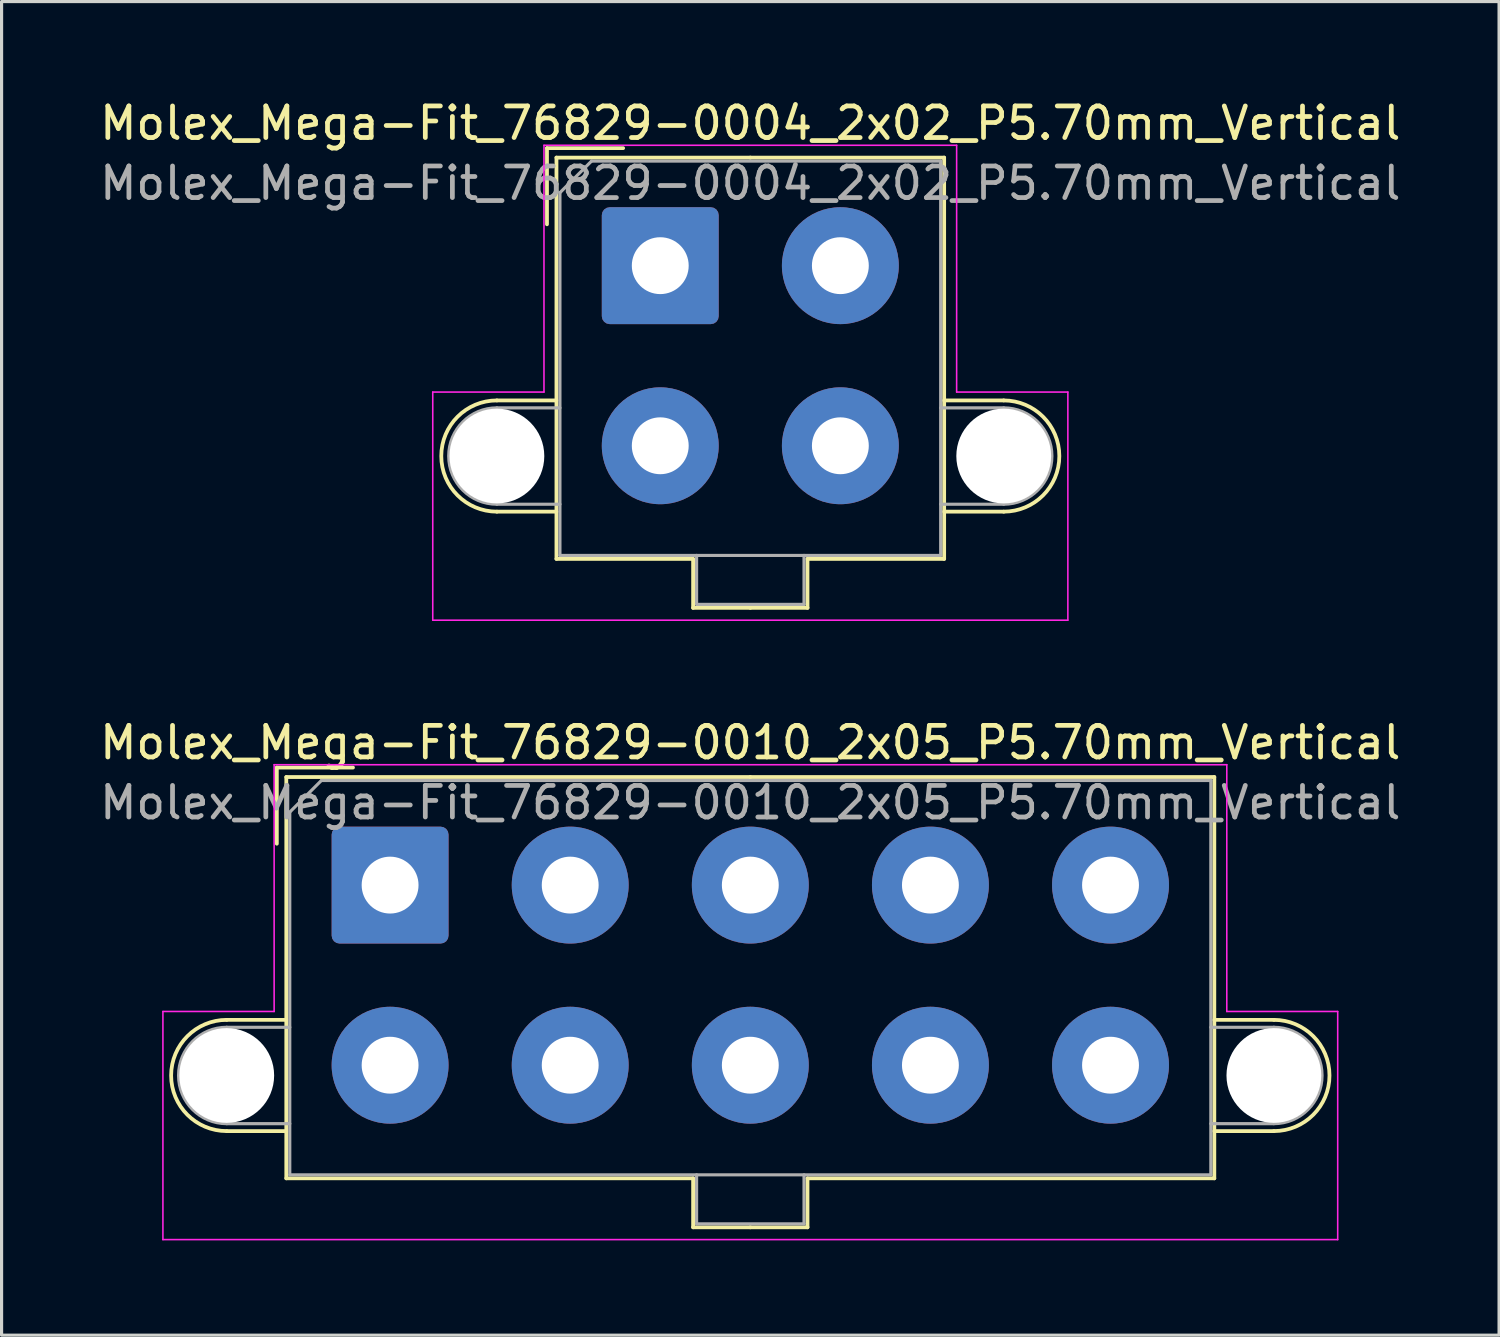
<source format=kicad_pcb>
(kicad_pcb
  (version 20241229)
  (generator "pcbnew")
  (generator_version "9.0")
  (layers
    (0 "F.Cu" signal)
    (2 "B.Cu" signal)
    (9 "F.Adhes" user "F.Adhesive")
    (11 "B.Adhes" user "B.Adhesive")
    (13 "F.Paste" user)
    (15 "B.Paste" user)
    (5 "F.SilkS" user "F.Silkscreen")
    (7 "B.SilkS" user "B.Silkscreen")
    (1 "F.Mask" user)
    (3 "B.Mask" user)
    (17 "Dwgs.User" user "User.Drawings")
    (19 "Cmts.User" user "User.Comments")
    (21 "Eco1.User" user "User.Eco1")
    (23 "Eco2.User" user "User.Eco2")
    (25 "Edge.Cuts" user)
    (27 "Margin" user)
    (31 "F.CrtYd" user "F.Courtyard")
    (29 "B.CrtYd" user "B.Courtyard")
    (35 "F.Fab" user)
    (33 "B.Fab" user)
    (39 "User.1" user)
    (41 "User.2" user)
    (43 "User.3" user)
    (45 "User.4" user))
  (footprint "Molex_Mega-Fit_76829-0010_2x05_P5.70mm_Vertical"
    (layer "F.Cu")
    (at 9.296 24.962)
    (property "Reference" "Molex_Mega-Fit_76829-0010_2x05_P5.70mm_Vertical" (at 11.4 -4.51 0) (layer "F.SilkS") (effects (font (size 1 1) (thickness 0.15))))
    (attr through_hole)
    (fp_line (start -5.17 4.265) (end -3.285 4.265) (stroke (width 0.12) (type solid)) (layer "F.SilkS"))
    (fp_line (start -5.17 7.785) (end -3.285 7.785) (stroke (width 0.12) (type solid)) (layer "F.SilkS"))
    (fp_line (start -3.585 -3.72) (end -1.175 -3.72) (stroke (width 0.12) (type solid)) (layer "F.SilkS"))
    (fp_line (start -3.585 -1.31) (end -3.585 -3.72) (stroke (width 0.12) (type solid)) (layer "F.SilkS"))
    (fp_line (start -3.285 -3.42) (end -3.285 9.28) (stroke (width 0.12) (type solid)) (layer "F.SilkS"))
    (fp_line (start -3.285 9.28) (end 9.59 9.28) (stroke (width 0.12) (type solid)) (layer "F.SilkS"))
    (fp_line (start 9.59 9.28) (end 9.59 10.83) (stroke (width 0.12) (type solid)) (layer "F.SilkS"))
    (fp_line (start 9.59 10.83) (end 11.4 10.83) (stroke (width 0.12) (type solid)) (layer "F.SilkS"))
    (fp_line (start 11.4 -3.42) (end -3.285 -3.42) (stroke (width 0.12) (type solid)) (layer "F.SilkS"))
    (fp_line (start 11.4 -3.42) (end 26.085 -3.42) (stroke (width 0.12) (type solid)) (layer "F.SilkS"))
    (fp_line (start 13.21 9.28) (end 13.21 10.83) (stroke (width 0.12) (type solid)) (layer "F.SilkS"))
    (fp_line (start 13.21 10.83) (end 11.4 10.83) (stroke (width 0.12) (type solid)) (layer "F.SilkS"))
    (fp_line (start 26.085 -3.42) (end 26.085 9.28) (stroke (width 0.12) (type solid)) (layer "F.SilkS"))
    (fp_line (start 26.085 9.28) (end 13.21 9.28) (stroke (width 0.12) (type solid)) (layer "F.SilkS"))
    (fp_line (start 27.97 4.265) (end 26.085 4.265) (stroke (width 0.12) (type solid)) (layer "F.SilkS"))
    (fp_line (start 27.97 7.785) (end 26.085 7.785) (stroke (width 0.12) (type solid)) (layer "F.SilkS"))
    (fp_arc (start -5.17 7.785) (mid -6.93 6.025) (end -5.17 4.265) (stroke (width 0.12) (type solid)) (layer "F.SilkS"))
    (fp_arc (start 27.97 4.265) (mid 29.73 6.025) (end 27.97 7.785) (stroke (width 0.12) (type solid)) (layer "F.SilkS"))
    (fp_line (start -7.19 4) (end -7.19 11.22) (stroke (width 0.05) (type solid)) (layer "F.CrtYd"))
    (fp_line (start -7.19 11.22) (end 29.99 11.22) (stroke (width 0.05) (type solid)) (layer "F.CrtYd"))
    (fp_line (start -3.67 -3.81) (end -3.67 4) (stroke (width 0.05) (type solid)) (layer "F.CrtYd"))
    (fp_line (start -3.67 4) (end -7.19 4) (stroke (width 0.05) (type solid)) (layer "F.CrtYd"))
    (fp_line (start 26.48 -3.81) (end -3.67 -3.81) (stroke (width 0.05) (type solid)) (layer "F.CrtYd"))
    (fp_line (start 26.48 4) (end 26.48 -3.81) (stroke (width 0.05) (type solid)) (layer "F.CrtYd"))
    (fp_line (start 29.99 4) (end 26.48 4) (stroke (width 0.05) (type solid)) (layer "F.CrtYd"))
    (fp_line (start 29.99 11.22) (end 29.99 4) (stroke (width 0.05) (type solid)) (layer "F.CrtYd"))
    (fp_line (start -5.17 4.5) (end -3.175 4.5) (stroke (width 0.1) (type solid)) (layer "F.Fab"))
    (fp_line (start -5.17 7.55) (end -3.175 7.55) (stroke (width 0.1) (type solid)) (layer "F.Fab"))
    (fp_line (start -3.175 -2.31) (end -3.175 9.17) (stroke (width 0.1) (type solid)) (layer "F.Fab"))
    (fp_line (start -3.175 9.17) (end 25.975 9.17) (stroke (width 0.1) (type solid)) (layer "F.Fab"))
    (fp_line (start -2.175 -3.31) (end -3.175 -2.31) (stroke (width 0.1) (type solid)) (layer "F.Fab"))
    (fp_line (start 9.7 9.17) (end 9.7 10.72) (stroke (width 0.1) (type solid)) (layer "F.Fab"))
    (fp_line (start 9.7 10.72) (end 13.1 10.72) (stroke (width 0.1) (type solid)) (layer "F.Fab"))
    (fp_line (start 13.1 10.72) (end 13.1 9.17) (stroke (width 0.1) (type solid)) (layer "F.Fab"))
    (fp_line (start 25.975 -3.31) (end -2.175 -3.31) (stroke (width 0.1) (type solid)) (layer "F.Fab"))
    (fp_line (start 25.975 9.17) (end 25.975 -3.31) (stroke (width 0.1) (type solid)) (layer "F.Fab"))
    (fp_line (start 27.97 4.5) (end 25.975 4.5) (stroke (width 0.1) (type solid)) (layer "F.Fab"))
    (fp_line (start 27.97 7.55) (end 25.975 7.55) (stroke (width 0.1) (type solid)) (layer "F.Fab"))
    (fp_arc (start -5.17 7.55) (mid -6.695 6.025) (end -5.17 4.5) (stroke (width 0.1) (type solid)) (layer "F.Fab"))
    (fp_arc (start 27.97 4.5) (mid 29.495 6.025) (end 27.97 7.55) (stroke (width 0.1) (type solid)) (layer "F.Fab"))
    (fp_text user "${REFERENCE}" (at 11.4 -2.61 0) (layer "F.Fab") (effects (font (size 1 1) (thickness 0.15))))
    (pad "" np_thru_hole circle (at -5.17 6.025) (size 3 3) (drill 3) (layers "*.Cu" "*.Mask"))
    (pad "" np_thru_hole circle (at 27.97 6.025) (size 3 3) (drill 3) (layers "*.Cu" "*.Mask"))
    (pad "1" thru_hole roundrect (at 0 0) (size 3.7 3.7) (drill 1.8) (layers "*.Cu" "*.Mask") (roundrect_rratio 0.068))
    (pad "2" thru_hole circle (at 5.7 0) (size 3.7 3.7) (drill 1.8) (layers "*.Cu" "*.Mask"))
    (pad "3" thru_hole circle (at 11.4 0) (size 3.7 3.7) (drill 1.8) (layers "*.Cu" "*.Mask"))
    (pad "4" thru_hole circle (at 17.1 0) (size 3.7 3.7) (drill 1.8) (layers "*.Cu" "*.Mask"))
    (pad "5" thru_hole circle (at 22.8 0) (size 3.7 3.7) (drill 1.8) (layers "*.Cu" "*.Mask"))
    (pad "6" thru_hole circle (at 0 5.7) (size 3.7 3.7) (drill 1.8) (layers "*.Cu" "*.Mask"))
    (pad "7" thru_hole circle (at 5.7 5.7) (size 3.7 3.7) (drill 1.8) (layers "*.Cu" "*.Mask"))
    (pad "8" thru_hole circle (at 11.4 5.7) (size 3.7 3.7) (drill 1.8) (layers "*.Cu" "*.Mask"))
    (pad "9" thru_hole circle (at 17.1 5.7) (size 3.7 3.7) (drill 1.8) (layers "*.Cu" "*.Mask"))
    (pad "10" thru_hole circle (at 22.8 5.7) (size 3.7 3.7) (drill 1.8) (layers "*.Cu" "*.Mask")))
  (footprint "Molex_Mega-Fit_76829-0004_2x02_P5.70mm_Vertical"
    (layer "F.Cu")
    (at 17.846 5.358)
    (property "Reference" "Molex_Mega-Fit_76829-0004_2x02_P5.70mm_Vertical" (at 2.85 -4.51 0) (layer "F.SilkS") (effects (font (size 1 1) (thickness 0.15))))
    (attr through_hole)
    (fp_line (start -5.17 4.265) (end -3.285 4.265) (stroke (width 0.12) (type solid)) (layer "F.SilkS"))
    (fp_line (start -5.17 7.785) (end -3.285 7.785) (stroke (width 0.12) (type solid)) (layer "F.SilkS"))
    (fp_line (start -3.585 -3.72) (end -1.175 -3.72) (stroke (width 0.12) (type solid)) (layer "F.SilkS"))
    (fp_line (start -3.585 -1.31) (end -3.585 -3.72) (stroke (width 0.12) (type solid)) (layer "F.SilkS"))
    (fp_line (start -3.285 -3.42) (end -3.285 9.28) (stroke (width 0.12) (type solid)) (layer "F.SilkS"))
    (fp_line (start -3.285 9.28) (end 1.04 9.28) (stroke (width 0.12) (type solid)) (layer "F.SilkS"))
    (fp_line (start 1.04 9.28) (end 1.04 10.83) (stroke (width 0.12) (type solid)) (layer "F.SilkS"))
    (fp_line (start 1.04 10.83) (end 2.85 10.83) (stroke (width 0.12) (type solid)) (layer "F.SilkS"))
    (fp_line (start 2.85 -3.42) (end -3.285 -3.42) (stroke (width 0.12) (type solid)) (layer "F.SilkS"))
    (fp_line (start 2.85 -3.42) (end 8.985 -3.42) (stroke (width 0.12) (type solid)) (layer "F.SilkS"))
    (fp_line (start 4.66 9.28) (end 4.66 10.83) (stroke (width 0.12) (type solid)) (layer "F.SilkS"))
    (fp_line (start 4.66 10.83) (end 2.85 10.83) (stroke (width 0.12) (type solid)) (layer "F.SilkS"))
    (fp_line (start 8.985 -3.42) (end 8.985 9.28) (stroke (width 0.12) (type solid)) (layer "F.SilkS"))
    (fp_line (start 8.985 9.28) (end 4.66 9.28) (stroke (width 0.12) (type solid)) (layer "F.SilkS"))
    (fp_line (start 10.87 4.265) (end 8.985 4.265) (stroke (width 0.12) (type solid)) (layer "F.SilkS"))
    (fp_line (start 10.87 7.785) (end 8.985 7.785) (stroke (width 0.12) (type solid)) (layer "F.SilkS"))
    (fp_arc (start -5.17 7.785) (mid -6.93 6.025) (end -5.17 4.265) (stroke (width 0.12) (type solid)) (layer "F.SilkS"))
    (fp_arc (start 10.87 4.265) (mid 12.63 6.025) (end 10.87 7.785) (stroke (width 0.12) (type solid)) (layer "F.SilkS"))
    (fp_line (start -7.2 4) (end -7.2 11.22) (stroke (width 0.05) (type solid)) (layer "F.CrtYd"))
    (fp_line (start -7.2 11.22) (end 12.9 11.22) (stroke (width 0.05) (type solid)) (layer "F.CrtYd"))
    (fp_line (start -3.68 -3.81) (end -3.68 4) (stroke (width 0.05) (type solid)) (layer "F.CrtYd"))
    (fp_line (start -3.68 4) (end -7.2 4) (stroke (width 0.05) (type solid)) (layer "F.CrtYd"))
    (fp_line (start 9.38 -3.81) (end -3.68 -3.81) (stroke (width 0.05) (type solid)) (layer "F.CrtYd"))
    (fp_line (start 9.38 4) (end 9.38 -3.81) (stroke (width 0.05) (type solid)) (layer "F.CrtYd"))
    (fp_line (start 12.9 4) (end 9.38 4) (stroke (width 0.05) (type solid)) (layer "F.CrtYd"))
    (fp_line (start 12.9 11.22) (end 12.9 4) (stroke (width 0.05) (type solid)) (layer "F.CrtYd"))
    (fp_line (start -5.17 4.5) (end -3.175 4.5) (stroke (width 0.1) (type solid)) (layer "F.Fab"))
    (fp_line (start -5.17 7.55) (end -3.175 7.55) (stroke (width 0.1) (type solid)) (layer "F.Fab"))
    (fp_line (start -3.175 -2.31) (end -3.175 9.17) (stroke (width 0.1) (type solid)) (layer "F.Fab"))
    (fp_line (start -3.175 9.17) (end 8.875 9.17) (stroke (width 0.1) (type solid)) (layer "F.Fab"))
    (fp_line (start -2.175 -3.31) (end -3.175 -2.31) (stroke (width 0.1) (type solid)) (layer "F.Fab"))
    (fp_line (start 1.15 9.17) (end 1.15 10.72) (stroke (width 0.1) (type solid)) (layer "F.Fab"))
    (fp_line (start 1.15 10.72) (end 4.55 10.72) (stroke (width 0.1) (type solid)) (layer "F.Fab"))
    (fp_line (start 4.55 10.72) (end 4.55 9.17) (stroke (width 0.1) (type solid)) (layer "F.Fab"))
    (fp_line (start 8.875 -3.31) (end -2.175 -3.31) (stroke (width 0.1) (type solid)) (layer "F.Fab"))
    (fp_line (start 8.875 9.17) (end 8.875 -3.31) (stroke (width 0.1) (type solid)) (layer "F.Fab"))
    (fp_line (start 10.87 4.5) (end 8.875 4.5) (stroke (width 0.1) (type solid)) (layer "F.Fab"))
    (fp_line (start 10.87 7.55) (end 8.875 7.55) (stroke (width 0.1) (type solid)) (layer "F.Fab"))
    (fp_arc (start -5.17 7.55) (mid -6.695 6.025) (end -5.17 4.5) (stroke (width 0.1) (type solid)) (layer "F.Fab"))
    (fp_arc (start 10.87 4.5) (mid 12.395 6.025) (end 10.87 7.55) (stroke (width 0.1) (type solid)) (layer "F.Fab"))
    (fp_text user "${REFERENCE}" (at 2.85 -2.61 0) (layer "F.Fab") (effects (font (size 1 1) (thickness 0.15))))
    (pad "" np_thru_hole circle (at -5.17 6.025) (size 3 3) (drill 3) (layers "*.Cu" "*.Mask"))
    (pad "" np_thru_hole circle (at 10.87 6.025) (size 3 3) (drill 3) (layers "*.Cu" "*.Mask"))
    (pad "1" thru_hole roundrect (at 0 0) (size 3.7 3.7) (drill 1.8) (layers "*.Cu" "*.Mask") (roundrect_rratio 0.068))
    (pad "2" thru_hole circle (at 5.7 0) (size 3.7 3.7) (drill 1.8) (layers "*.Cu" "*.Mask"))
    (pad "3" thru_hole circle (at 0 5.7) (size 3.7 3.7) (drill 1.8) (layers "*.Cu" "*.Mask"))
    (pad "4" thru_hole circle (at 5.7 5.7) (size 3.7 3.7) (drill 1.8) (layers "*.Cu" "*.Mask")))
  (gr_rect
    (start -3 -3)
    (end 44.393 39.206)
    (stroke (width 0.1) (type default))
    (fill no)
    (layer "Edge.Cuts")))
</source>
